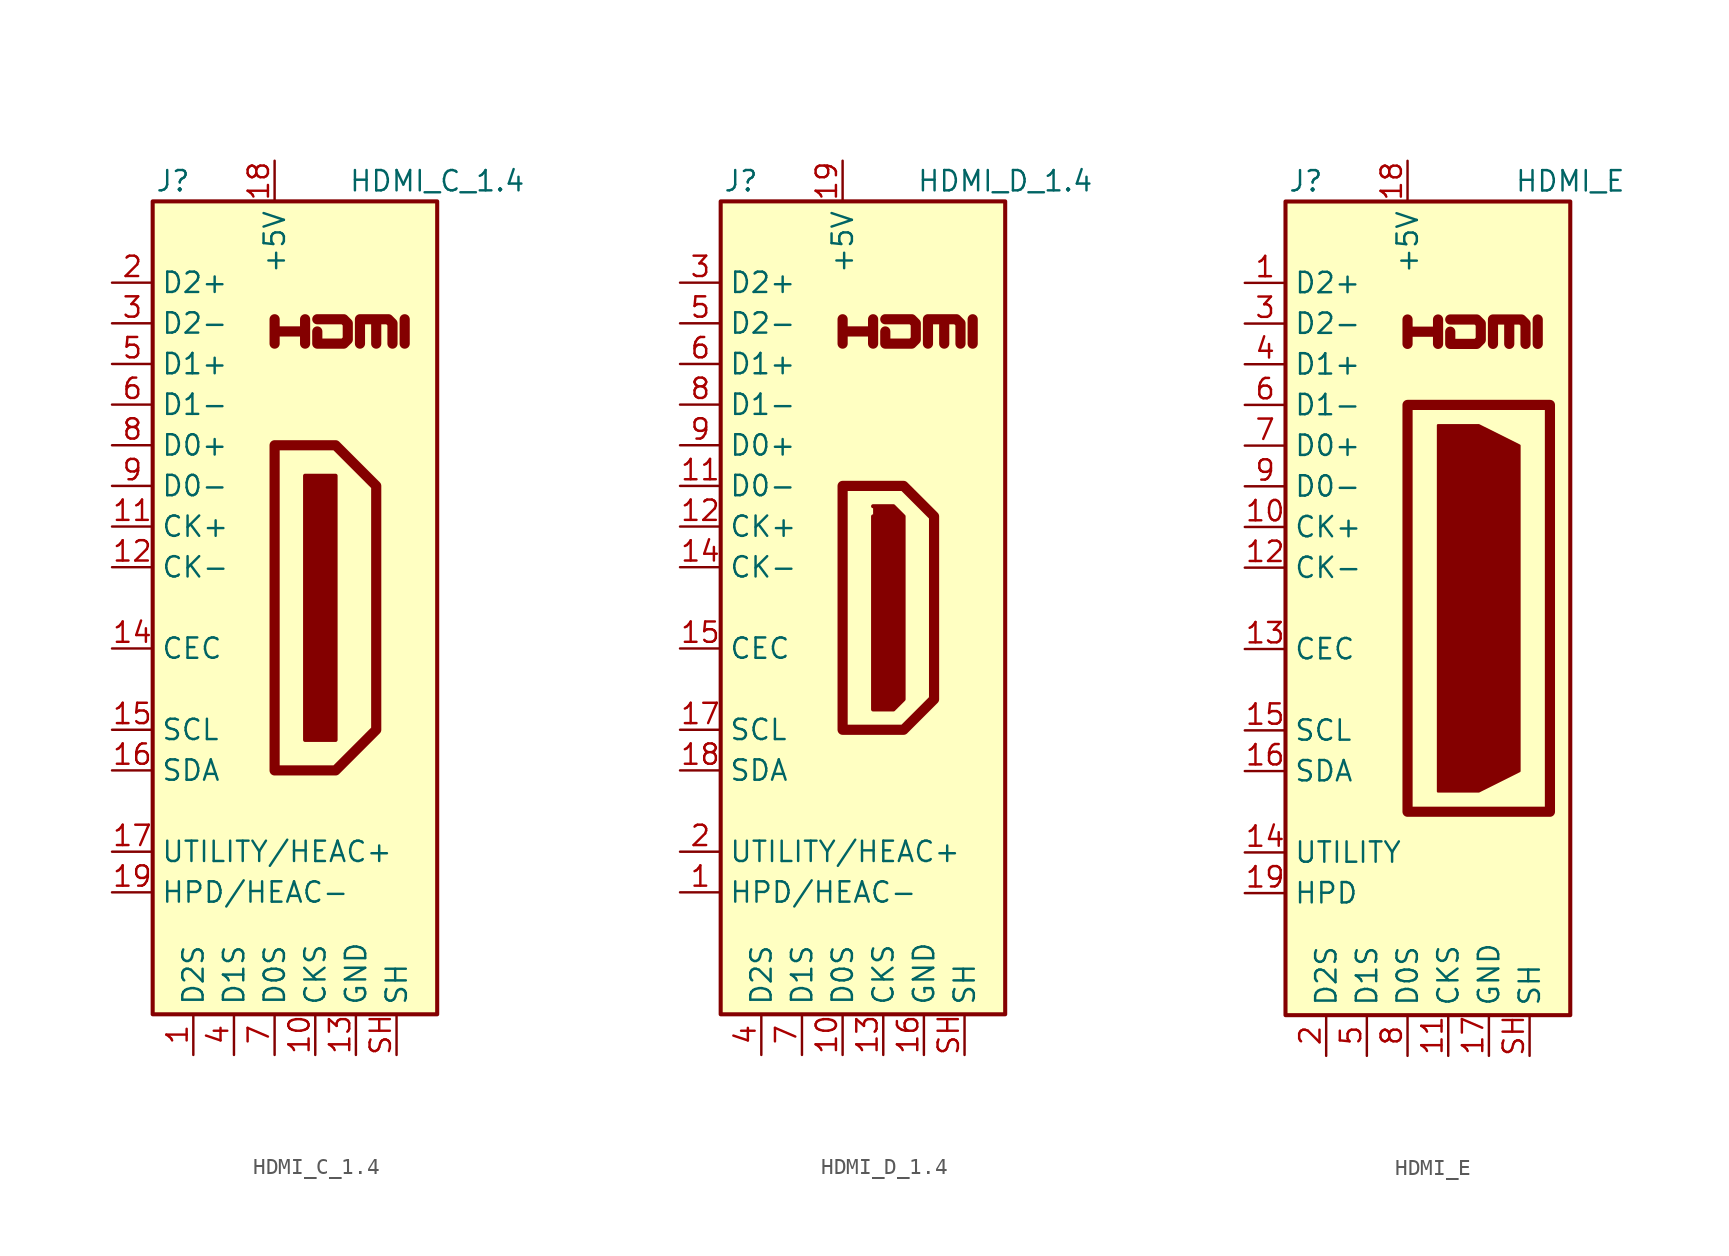
<source format=kicad_sym>
(kicad_symbol_lib
  (version 20220914)
  (generator kicad_symbol_editor)
  (symbol "HDMI_C_1.4"
    (property "Reference" "J"
      (at -6.35 26.67 0)
      (effects (font (size 1.27 1.27))))
    (property "Value" "HDMI_C_1.4"
      (at 10.16 26.67 0)
      (effects (font (size 1.27 1.27))))
    (symbol "HDMI_C_1.4_0_0"
      (polyline (pts (xy 8.128 16.51) (xy 8.128 18.034)) (stroke (width 0.635) (type solid)) (fill (type none)))
      (polyline (pts (xy 0 16.51) (xy 0 18.034) (xy 0 17.272) (xy 1.905 17.272) (xy 1.905 18.034) (xy 1.905 16.51)) (stroke (width 0.635) (type solid)) (fill (type none)))
      (polyline (pts (xy 2.667 18.034) (xy 4.318 18.034) (xy 4.572 17.78) (xy 4.572 16.764) (xy 4.318 16.51) (xy 2.667 16.51) (xy 2.667 17.272)) (stroke (width 0.635) (type solid)) (fill (type none))))
    (symbol "HDMI_C_1.4_0_1"
      (rectangle (start -7.62 25.4) (end 10.16 -25.4) (stroke (width 0.254) (type solid)) (fill (type background)))
      (polyline (pts (xy 0 10.16) (xy 3.81 10.16) (xy 6.35 7.62) (xy 6.35 -7.62) (xy 3.81 -10.16) (xy 0 -10.16) (xy 0 10.16)) (stroke (width 0.635) (type solid)) (fill (type none)))
      (polyline (pts (xy 5.334 16.51) (xy 5.334 18.034) (xy 6.35 18.034) (xy 6.35 16.51) (xy 6.35 18.034) (xy 7.112 18.034) (xy 7.366 17.78) (xy 7.366 16.51)) (stroke (width 0.635) (type solid)) (fill (type none)))
      (rectangle (start 1.905 8.255) (end 3.81 -8.255) (stroke (width 0.254) (type solid)) (fill (type outline))))
    (symbol "HDMI_C_1.4_1_1"
      (pin power_in line (at -5.08 -27.94 90) (length 2.54) (name "D2S" (effects (font (size 1.27 1.27)))) (number "1" (effects (font (size 1.27 1.27)))))
      (pin power_in line (at 2.54 -27.94 90) (length 2.54) (name "CKS" (effects (font (size 1.27 1.27)))) (number "10" (effects (font (size 1.27 1.27)))))
      (pin passive line (at -10.16 5.08 0) (length 2.54) (name "CK+" (effects (font (size 1.27 1.27)))) (number "11" (effects (font (size 1.27 1.27)))))
      (pin passive line (at -10.16 2.54 0) (length 2.54) (name "CK-" (effects (font (size 1.27 1.27)))) (number "12" (effects (font (size 1.27 1.27)))))
      (pin power_in line (at 5.08 -27.94 90) (length 2.54) (name "GND" (effects (font (size 1.27 1.27)))) (number "13" (effects (font (size 1.27 1.27)))))
      (pin bidirectional line (at -10.16 -2.54 0) (length 2.54) (name "CEC" (effects (font (size 1.27 1.27)))) (number "14" (effects (font (size 1.27 1.27)))))
      (pin passive line (at -10.16 -7.62 0) (length 2.54) (name "SCL" (effects (font (size 1.27 1.27)))) (number "15" (effects (font (size 1.27 1.27)))))
      (pin bidirectional line (at -10.16 -10.16 0) (length 2.54) (name "SDA" (effects (font (size 1.27 1.27)))) (number "16" (effects (font (size 1.27 1.27)))))
      (pin passive line (at -10.16 -15.24 0) (length 2.54) (name "UTILITY/HEAC+" (effects (font (size 1.27 1.27)))) (number "17" (effects (font (size 1.27 1.27)))))
      (pin power_in line (at 0 27.94 270) (length 2.54) (name "+5V" (effects (font (size 1.27 1.27)))) (number "18" (effects (font (size 1.27 1.27)))))
      (pin passive line (at -10.16 -17.78 0) (length 2.54) (name "HPD/HEAC-" (effects (font (size 1.27 1.27)))) (number "19" (effects (font (size 1.27 1.27)))))
      (pin passive line (at -10.16 20.32 0) (length 2.54) (name "D2+" (effects (font (size 1.27 1.27)))) (number "2" (effects (font (size 1.27 1.27)))))
      (pin passive line (at -10.16 17.78 0) (length 2.54) (name "D2-" (effects (font (size 1.27 1.27)))) (number "3" (effects (font (size 1.27 1.27)))))
      (pin power_in line (at -2.54 -27.94 90) (length 2.54) (name "D1S" (effects (font (size 1.27 1.27)))) (number "4" (effects (font (size 1.27 1.27)))))
      (pin passive line (at -10.16 15.24 0) (length 2.54) (name "D1+" (effects (font (size 1.27 1.27)))) (number "5" (effects (font (size 1.27 1.27)))))
      (pin passive line (at -10.16 12.7 0) (length 2.54) (name "D1-" (effects (font (size 1.27 1.27)))) (number "6" (effects (font (size 1.27 1.27)))))
      (pin power_in line (at 0 -27.94 90) (length 2.54) (name "D0S" (effects (font (size 1.27 1.27)))) (number "7" (effects (font (size 1.27 1.27)))))
      (pin passive line (at -10.16 10.16 0) (length 2.54) (name "D0+" (effects (font (size 1.27 1.27)))) (number "8" (effects (font (size 1.27 1.27)))))
      (pin passive line (at -10.16 7.62 0) (length 2.54) (name "D0-" (effects (font (size 1.27 1.27)))) (number "9" (effects (font (size 1.27 1.27)))))
      (pin passive line (at 7.62 -27.94 90) (length 2.54) (name "SH" (effects (font (size 1.27 1.27)))) (number "SH" (effects (font (size 1.27 1.27)))))))
  (symbol "HDMI_D_1.4"
    (property "Reference" "J"
      (at -6.35 26.67 0)
      (effects (font (size 1.27 1.27))))
    (property "Value" "HDMI_D_1.4"
      (at 10.16 26.67 0)
      (effects (font (size 1.27 1.27))))
    (symbol "HDMI_D_1.4_0_0"
      (polyline (pts (xy 8.128 16.51) (xy 8.128 18.034)) (stroke (width 0.635) (type solid)) (fill (type none)))
      (polyline (pts (xy 0 16.51) (xy 0 18.034) (xy 0 17.272) (xy 1.905 17.272) (xy 1.905 18.034) (xy 1.905 16.51)) (stroke (width 0.635) (type solid)) (fill (type none)))
      (polyline (pts (xy 2.667 18.034) (xy 4.318 18.034) (xy 4.572 17.78) (xy 4.572 16.764) (xy 4.318 16.51) (xy 2.667 16.51) (xy 2.667 17.272)) (stroke (width 0.635) (type solid)) (fill (type none))))
    (symbol "HDMI_D_1.4_0_1"
      (rectangle (start -7.62 25.4) (end 10.16 -25.4) (stroke (width 0.254) (type solid)) (fill (type background)))
      (polyline (pts (xy 0 7.62) (xy 3.81 7.62) (xy 5.715 5.715) (xy 5.715 -5.715) (xy 3.81 -7.62) (xy 0 -7.62) (xy 0 7.62)) (stroke (width 0.635) (type solid)) (fill (type none)))
      (polyline (pts (xy 1.905 6.35) (xy 3.175 6.35) (xy 3.81 5.715) (xy 3.81 -5.715) (xy 3.175 -6.35) (xy 1.905 -6.35) (xy 1.905 5.715)) (stroke (width 0.254) (type solid)) (fill (type outline)))
      (polyline (pts (xy 5.334 16.51) (xy 5.334 18.034) (xy 6.35 18.034) (xy 6.35 16.51) (xy 6.35 18.034) (xy 7.112 18.034) (xy 7.366 17.78) (xy 7.366 16.51)) (stroke (width 0.635) (type solid)) (fill (type none))))
    (symbol "HDMI_D_1.4_1_1"
      (pin passive line (at -10.16 -17.78 0) (length 2.54) (name "HPD/HEAC-" (effects (font (size 1.27 1.27)))) (number "1" (effects (font (size 1.27 1.27)))))
      (pin power_in line (at 0 -27.94 90) (length 2.54) (name "D0S" (effects (font (size 1.27 1.27)))) (number "10" (effects (font (size 1.27 1.27)))))
      (pin passive line (at -10.16 7.62 0) (length 2.54) (name "D0-" (effects (font (size 1.27 1.27)))) (number "11" (effects (font (size 1.27 1.27)))))
      (pin passive line (at -10.16 5.08 0) (length 2.54) (name "CK+" (effects (font (size 1.27 1.27)))) (number "12" (effects (font (size 1.27 1.27)))))
      (pin power_in line (at 2.54 -27.94 90) (length 2.54) (name "CKS" (effects (font (size 1.27 1.27)))) (number "13" (effects (font (size 1.27 1.27)))))
      (pin passive line (at -10.16 2.54 0) (length 2.54) (name "CK-" (effects (font (size 1.27 1.27)))) (number "14" (effects (font (size 1.27 1.27)))))
      (pin bidirectional line (at -10.16 -2.54 0) (length 2.54) (name "CEC" (effects (font (size 1.27 1.27)))) (number "15" (effects (font (size 1.27 1.27)))))
      (pin power_in line (at 5.08 -27.94 90) (length 2.54) (name "GND" (effects (font (size 1.27 1.27)))) (number "16" (effects (font (size 1.27 1.27)))))
      (pin passive line (at -10.16 -7.62 0) (length 2.54) (name "SCL" (effects (font (size 1.27 1.27)))) (number "17" (effects (font (size 1.27 1.27)))))
      (pin bidirectional line (at -10.16 -10.16 0) (length 2.54) (name "SDA" (effects (font (size 1.27 1.27)))) (number "18" (effects (font (size 1.27 1.27)))))
      (pin power_in line (at 0 27.94 270) (length 2.54) (name "+5V" (effects (font (size 1.27 1.27)))) (number "19" (effects (font (size 1.27 1.27)))))
      (pin passive line (at -10.16 -15.24 0) (length 2.54) (name "UTILITY/HEAC+" (effects (font (size 1.27 1.27)))) (number "2" (effects (font (size 1.27 1.27)))))
      (pin passive line (at -10.16 20.32 0) (length 2.54) (name "D2+" (effects (font (size 1.27 1.27)))) (number "3" (effects (font (size 1.27 1.27)))))
      (pin power_in line (at -5.08 -27.94 90) (length 2.54) (name "D2S" (effects (font (size 1.27 1.27)))) (number "4" (effects (font (size 1.27 1.27)))))
      (pin passive line (at -10.16 17.78 0) (length 2.54) (name "D2-" (effects (font (size 1.27 1.27)))) (number "5" (effects (font (size 1.27 1.27)))))
      (pin passive line (at -10.16 15.24 0) (length 2.54) (name "D1+" (effects (font (size 1.27 1.27)))) (number "6" (effects (font (size 1.27 1.27)))))
      (pin power_in line (at -2.54 -27.94 90) (length 2.54) (name "D1S" (effects (font (size 1.27 1.27)))) (number "7" (effects (font (size 1.27 1.27)))))
      (pin passive line (at -10.16 12.7 0) (length 2.54) (name "D1-" (effects (font (size 1.27 1.27)))) (number "8" (effects (font (size 1.27 1.27)))))
      (pin passive line (at -10.16 10.16 0) (length 2.54) (name "D0+" (effects (font (size 1.27 1.27)))) (number "9" (effects (font (size 1.27 1.27)))))
      (pin passive line (at 7.62 -27.94 90) (length 2.54) (name "SH" (effects (font (size 1.27 1.27)))) (number "SH" (effects (font (size 1.27 1.27)))))))
  (symbol "HDMI_E"
    (property "Reference" "J"
      (at -6.35 26.67 0)
      (effects (font (size 1.27 1.27))))
    (property "Value" "HDMI_E"
      (at 10.16 26.67 0)
      (effects (font (size 1.27 1.27))))
    (symbol "HDMI_E_0_0"
      (polyline (pts (xy 8.128 16.51) (xy 8.128 18.034)) (stroke (width 0.635) (type solid)) (fill (type none)))
      (polyline (pts (xy 0 16.51) (xy 0 18.034) (xy 0 17.272) (xy 1.905 17.272) (xy 1.905 18.034) (xy 1.905 16.51)) (stroke (width 0.635) (type solid)) (fill (type none)))
      (polyline (pts (xy 2.667 18.034) (xy 4.318 18.034) (xy 4.572 17.78) (xy 4.572 16.764) (xy 4.318 16.51) (xy 2.667 16.51) (xy 2.667 17.272)) (stroke (width 0.635) (type solid)) (fill (type none))))
    (symbol "HDMI_E_0_1"
      (rectangle (start -7.62 25.4) (end 10.16 -25.4) (stroke (width 0.254) (type solid)) (fill (type background)))
      (polyline (pts (xy 1.905 11.43) (xy 4.445 11.43) (xy 6.985 10.16) (xy 6.985 -10.16) (xy 4.445 -11.43) (xy 1.905 -11.43) (xy 1.905 11.43)) (stroke (width 0) (type solid)) (fill (type outline)))
      (polyline (pts (xy 5.334 16.51) (xy 5.334 18.034) (xy 6.35 18.034) (xy 6.35 16.51) (xy 6.35 18.034) (xy 7.112 18.034) (xy 7.366 17.78) (xy 7.366 16.51)) (stroke (width 0.635) (type solid)) (fill (type none)))
      (rectangle (start 0 12.7) (end 8.89 -12.7) (stroke (width 0.635) (type solid)) (fill (type none))))
    (symbol "HDMI_E_1_1"
      (pin passive line (at -10.16 20.32 0) (length 2.54) (name "D2+" (effects (font (size 1.27 1.27)))) (number "1" (effects (font (size 1.27 1.27)))))
      (pin passive line (at -10.16 5.08 0) (length 2.54) (name "CK+" (effects (font (size 1.27 1.27)))) (number "10" (effects (font (size 1.27 1.27)))))
      (pin power_in line (at 2.54 -27.94 90) (length 2.54) (name "CKS" (effects (font (size 1.27 1.27)))) (number "11" (effects (font (size 1.27 1.27)))))
      (pin passive line (at -10.16 2.54 0) (length 2.54) (name "CK-" (effects (font (size 1.27 1.27)))) (number "12" (effects (font (size 1.27 1.27)))))
      (pin bidirectional line (at -10.16 -2.54 0) (length 2.54) (name "CEC" (effects (font (size 1.27 1.27)))) (number "13" (effects (font (size 1.27 1.27)))))
      (pin passive line (at -10.16 -15.24 0) (length 2.54) (name "UTILITY" (effects (font (size 1.27 1.27)))) (number "14" (effects (font (size 1.27 1.27)))))
      (pin passive line (at -10.16 -7.62 0) (length 2.54) (name "SCL" (effects (font (size 1.27 1.27)))) (number "15" (effects (font (size 1.27 1.27)))))
      (pin bidirectional line (at -10.16 -10.16 0) (length 2.54) (name "SDA" (effects (font (size 1.27 1.27)))) (number "16" (effects (font (size 1.27 1.27)))))
      (pin power_in line (at 5.08 -27.94 90) (length 2.54) (name "GND" (effects (font (size 1.27 1.27)))) (number "17" (effects (font (size 1.27 1.27)))))
      (pin power_in line (at 0 27.94 270) (length 2.54) (name "+5V" (effects (font (size 1.27 1.27)))) (number "18" (effects (font (size 1.27 1.27)))))
      (pin passive line (at -10.16 -17.78 0) (length 2.54) (name "HPD" (effects (font (size 1.27 1.27)))) (number "19" (effects (font (size 1.27 1.27)))))
      (pin power_in line (at -5.08 -27.94 90) (length 2.54) (name "D2S" (effects (font (size 1.27 1.27)))) (number "2" (effects (font (size 1.27 1.27)))))
      (pin passive line (at -10.16 17.78 0) (length 2.54) (name "D2-" (effects (font (size 1.27 1.27)))) (number "3" (effects (font (size 1.27 1.27)))))
      (pin passive line (at -10.16 15.24 0) (length 2.54) (name "D1+" (effects (font (size 1.27 1.27)))) (number "4" (effects (font (size 1.27 1.27)))))
      (pin power_in line (at -2.54 -27.94 90) (length 2.54) (name "D1S" (effects (font (size 1.27 1.27)))) (number "5" (effects (font (size 1.27 1.27)))))
      (pin passive line (at -10.16 12.7 0) (length 2.54) (name "D1-" (effects (font (size 1.27 1.27)))) (number "6" (effects (font (size 1.27 1.27)))))
      (pin passive line (at -10.16 10.16 0) (length 2.54) (name "D0+" (effects (font (size 1.27 1.27)))) (number "7" (effects (font (size 1.27 1.27)))))
      (pin power_in line (at 0 -27.94 90) (length 2.54) (name "D0S" (effects (font (size 1.27 1.27)))) (number "8" (effects (font (size 1.27 1.27)))))
      (pin passive line (at -10.16 7.62 0) (length 2.54) (name "D0-" (effects (font (size 1.27 1.27)))) (number "9" (effects (font (size 1.27 1.27)))))
      (pin passive line (at 7.62 -27.94 90) (length 2.54) (name "SH" (effects (font (size 1.27 1.27)))) (number "SH" (effects (font (size 1.27 1.27))))))))
</source>
